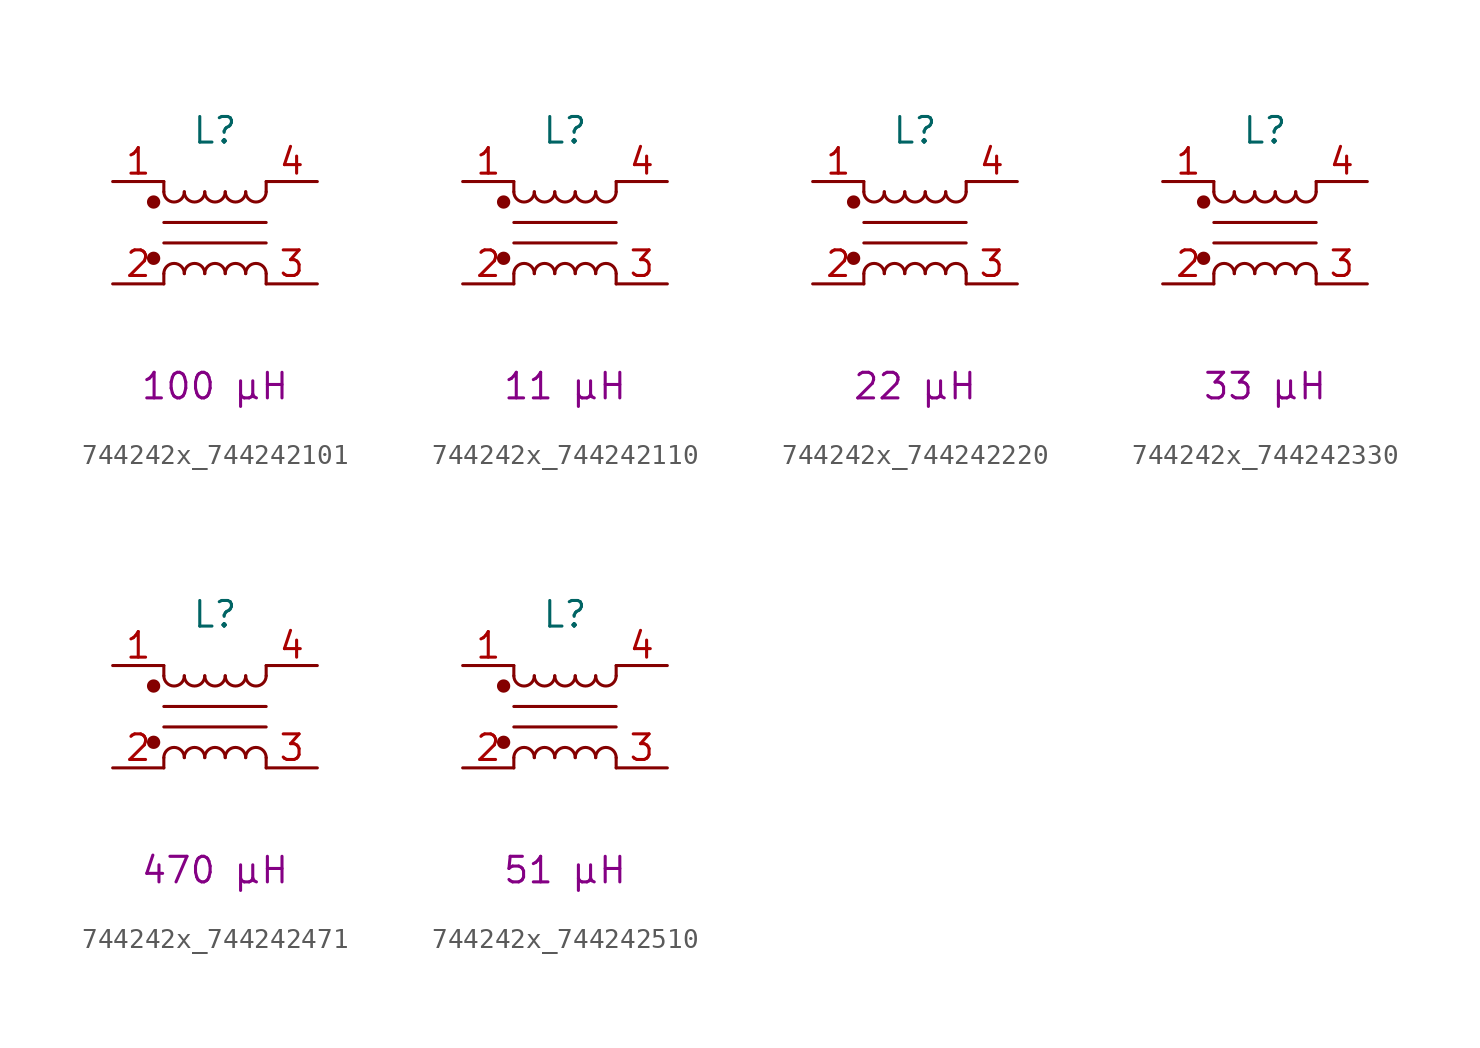
<source format=kicad_sym>
(kicad_symbol_lib
  (version 20220914)
  (generator kicad_symbol_editor)
  (symbol "744242x_744242101"
    (pin_names hide)
    (property "Reference" "L"
      (at 0 5.08 0)
      (effects (font (size 1.27 1.27))))
    (property "Critical Parameter" "100 µH"
      (at 0 -7.62 0)
      (effects (font (size 1.27 1.27))))
    (symbol "744242x_744242101_0_1"
      (circle (center -3.048 -1.27) (radius 0.254) (stroke (width 0) (type default)) (fill (type outline)))
      (circle (center -3.048 1.524) (radius 0.254) (stroke (width 0) (type default)) (fill (type outline)))
      (arc (start -2.54 2.032) (mid -2.032 1.5262) (end -1.524 2.032) (stroke (width 0) (type default)) (fill (type none)))
      (arc (start -1.524 -2.032) (mid -2.032 -1.5262) (end -2.54 -2.032) (stroke (width 0) (type default)) (fill (type none)))
      (arc (start -1.524 2.032) (mid -1.016 1.5262) (end -0.508 2.032) (stroke (width 0) (type default)) (fill (type none)))
      (arc (start -0.508 -2.032) (mid -1.016 -1.5262) (end -1.524 -2.032) (stroke (width 0) (type default)) (fill (type none)))
      (arc (start -0.508 2.032) (mid 0 1.5262) (end 0.508 2.032) (stroke (width 0) (type default)) (fill (type none)))
      (polyline (pts (xy -2.54 -2.032) (xy -2.54 -2.54)) (stroke (width 0) (type default)) (fill (type none)))
      (polyline (pts (xy -2.54 0.508) (xy 2.54 0.508)) (stroke (width 0) (type default)) (fill (type none)))
      (polyline (pts (xy -2.54 2.032) (xy -2.54 2.54)) (stroke (width 0) (type default)) (fill (type none)))
      (polyline (pts (xy 2.54 -2.032) (xy 2.54 -2.54)) (stroke (width 0) (type default)) (fill (type none)))
      (polyline (pts (xy 2.54 -0.508) (xy -2.54 -0.508)) (stroke (width 0) (type default)) (fill (type none)))
      (polyline (pts (xy 2.54 2.54) (xy 2.54 2.032)) (stroke (width 0) (type default)) (fill (type none)))
      (arc (start 0.508 -2.032) (mid 0 -1.5262) (end -0.508 -2.032) (stroke (width 0) (type default)) (fill (type none)))
      (arc (start 0.508 2.032) (mid 1.016 1.5262) (end 1.524 2.032) (stroke (width 0) (type default)) (fill (type none)))
      (arc (start 1.524 -2.032) (mid 1.016 -1.5262) (end 0.508 -2.032) (stroke (width 0) (type default)) (fill (type none)))
      (arc (start 1.524 2.032) (mid 2.032 1.5262) (end 2.54 2.032) (stroke (width 0) (type default)) (fill (type none)))
      (arc (start 2.54 -2.032) (mid 2.032 -1.5262) (end 1.524 -2.032) (stroke (width 0) (type default)) (fill (type none))))
    (symbol "744242x_744242101_1_1"
      (pin passive line (at -5.08 2.54 0) (length 2.54) (name "1" (effects (font (size 1.27 1.27)))) (number "1" (effects (font (size 1.27 1.27)))))
      (pin passive line (at -5.08 -2.54 0) (length 2.54) (name "2" (effects (font (size 1.27 1.27)))) (number "2" (effects (font (size 1.27 1.27)))))
      (pin passive line (at 5.08 -2.54 180) (length 2.54) (name "3" (effects (font (size 1.27 1.27)))) (number "3" (effects (font (size 1.27 1.27)))))
      (pin passive line (at 5.08 2.54 180) (length 2.54) (name "4" (effects (font (size 1.27 1.27)))) (number "4" (effects (font (size 1.27 1.27)))))))
  (symbol "744242x_744242110"
    (pin_names hide)
    (property "Reference" "L"
      (at 0 5.08 0)
      (effects (font (size 1.27 1.27))))
    (property "Critical Parameter" "11 µH"
      (at 0 -7.62 0)
      (effects (font (size 1.27 1.27))))
    (symbol "744242x_744242110_0_1"
      (circle (center -3.048 -1.27) (radius 0.254) (stroke (width 0) (type default)) (fill (type outline)))
      (circle (center -3.048 1.524) (radius 0.254) (stroke (width 0) (type default)) (fill (type outline)))
      (arc (start -2.54 2.032) (mid -2.032 1.5262) (end -1.524 2.032) (stroke (width 0) (type default)) (fill (type none)))
      (arc (start -1.524 -2.032) (mid -2.032 -1.5262) (end -2.54 -2.032) (stroke (width 0) (type default)) (fill (type none)))
      (arc (start -1.524 2.032) (mid -1.016 1.5262) (end -0.508 2.032) (stroke (width 0) (type default)) (fill (type none)))
      (arc (start -0.508 -2.032) (mid -1.016 -1.5262) (end -1.524 -2.032) (stroke (width 0) (type default)) (fill (type none)))
      (arc (start -0.508 2.032) (mid 0 1.5262) (end 0.508 2.032) (stroke (width 0) (type default)) (fill (type none)))
      (polyline (pts (xy -2.54 -2.032) (xy -2.54 -2.54)) (stroke (width 0) (type default)) (fill (type none)))
      (polyline (pts (xy -2.54 0.508) (xy 2.54 0.508)) (stroke (width 0) (type default)) (fill (type none)))
      (polyline (pts (xy -2.54 2.032) (xy -2.54 2.54)) (stroke (width 0) (type default)) (fill (type none)))
      (polyline (pts (xy 2.54 -2.032) (xy 2.54 -2.54)) (stroke (width 0) (type default)) (fill (type none)))
      (polyline (pts (xy 2.54 -0.508) (xy -2.54 -0.508)) (stroke (width 0) (type default)) (fill (type none)))
      (polyline (pts (xy 2.54 2.54) (xy 2.54 2.032)) (stroke (width 0) (type default)) (fill (type none)))
      (arc (start 0.508 -2.032) (mid 0 -1.5262) (end -0.508 -2.032) (stroke (width 0) (type default)) (fill (type none)))
      (arc (start 0.508 2.032) (mid 1.016 1.5262) (end 1.524 2.032) (stroke (width 0) (type default)) (fill (type none)))
      (arc (start 1.524 -2.032) (mid 1.016 -1.5262) (end 0.508 -2.032) (stroke (width 0) (type default)) (fill (type none)))
      (arc (start 1.524 2.032) (mid 2.032 1.5262) (end 2.54 2.032) (stroke (width 0) (type default)) (fill (type none)))
      (arc (start 2.54 -2.032) (mid 2.032 -1.5262) (end 1.524 -2.032) (stroke (width 0) (type default)) (fill (type none))))
    (symbol "744242x_744242110_1_1"
      (pin passive line (at -5.08 2.54 0) (length 2.54) (name "1" (effects (font (size 1.27 1.27)))) (number "1" (effects (font (size 1.27 1.27)))))
      (pin passive line (at -5.08 -2.54 0) (length 2.54) (name "2" (effects (font (size 1.27 1.27)))) (number "2" (effects (font (size 1.27 1.27)))))
      (pin passive line (at 5.08 -2.54 180) (length 2.54) (name "3" (effects (font (size 1.27 1.27)))) (number "3" (effects (font (size 1.27 1.27)))))
      (pin passive line (at 5.08 2.54 180) (length 2.54) (name "4" (effects (font (size 1.27 1.27)))) (number "4" (effects (font (size 1.27 1.27)))))))
  (symbol "744242x_744242220"
    (pin_names hide)
    (property "Reference" "L"
      (at 0 5.08 0)
      (effects (font (size 1.27 1.27))))
    (property "Critical Parameter" "22 µH"
      (at 0 -7.62 0)
      (effects (font (size 1.27 1.27))))
    (symbol "744242x_744242220_0_1"
      (circle (center -3.048 -1.27) (radius 0.254) (stroke (width 0) (type default)) (fill (type outline)))
      (circle (center -3.048 1.524) (radius 0.254) (stroke (width 0) (type default)) (fill (type outline)))
      (arc (start -2.54 2.032) (mid -2.032 1.5262) (end -1.524 2.032) (stroke (width 0) (type default)) (fill (type none)))
      (arc (start -1.524 -2.032) (mid -2.032 -1.5262) (end -2.54 -2.032) (stroke (width 0) (type default)) (fill (type none)))
      (arc (start -1.524 2.032) (mid -1.016 1.5262) (end -0.508 2.032) (stroke (width 0) (type default)) (fill (type none)))
      (arc (start -0.508 -2.032) (mid -1.016 -1.5262) (end -1.524 -2.032) (stroke (width 0) (type default)) (fill (type none)))
      (arc (start -0.508 2.032) (mid 0 1.5262) (end 0.508 2.032) (stroke (width 0) (type default)) (fill (type none)))
      (polyline (pts (xy -2.54 -2.032) (xy -2.54 -2.54)) (stroke (width 0) (type default)) (fill (type none)))
      (polyline (pts (xy -2.54 0.508) (xy 2.54 0.508)) (stroke (width 0) (type default)) (fill (type none)))
      (polyline (pts (xy -2.54 2.032) (xy -2.54 2.54)) (stroke (width 0) (type default)) (fill (type none)))
      (polyline (pts (xy 2.54 -2.032) (xy 2.54 -2.54)) (stroke (width 0) (type default)) (fill (type none)))
      (polyline (pts (xy 2.54 -0.508) (xy -2.54 -0.508)) (stroke (width 0) (type default)) (fill (type none)))
      (polyline (pts (xy 2.54 2.54) (xy 2.54 2.032)) (stroke (width 0) (type default)) (fill (type none)))
      (arc (start 0.508 -2.032) (mid 0 -1.5262) (end -0.508 -2.032) (stroke (width 0) (type default)) (fill (type none)))
      (arc (start 0.508 2.032) (mid 1.016 1.5262) (end 1.524 2.032) (stroke (width 0) (type default)) (fill (type none)))
      (arc (start 1.524 -2.032) (mid 1.016 -1.5262) (end 0.508 -2.032) (stroke (width 0) (type default)) (fill (type none)))
      (arc (start 1.524 2.032) (mid 2.032 1.5262) (end 2.54 2.032) (stroke (width 0) (type default)) (fill (type none)))
      (arc (start 2.54 -2.032) (mid 2.032 -1.5262) (end 1.524 -2.032) (stroke (width 0) (type default)) (fill (type none))))
    (symbol "744242x_744242220_1_1"
      (pin passive line (at -5.08 2.54 0) (length 2.54) (name "1" (effects (font (size 1.27 1.27)))) (number "1" (effects (font (size 1.27 1.27)))))
      (pin passive line (at -5.08 -2.54 0) (length 2.54) (name "2" (effects (font (size 1.27 1.27)))) (number "2" (effects (font (size 1.27 1.27)))))
      (pin passive line (at 5.08 -2.54 180) (length 2.54) (name "3" (effects (font (size 1.27 1.27)))) (number "3" (effects (font (size 1.27 1.27)))))
      (pin passive line (at 5.08 2.54 180) (length 2.54) (name "4" (effects (font (size 1.27 1.27)))) (number "4" (effects (font (size 1.27 1.27)))))))
  (symbol "744242x_744242330"
    (pin_names hide)
    (property "Reference" "L"
      (at 0 5.08 0)
      (effects (font (size 1.27 1.27))))
    (property "Critical Parameter" "33 µH"
      (at 0 -7.62 0)
      (effects (font (size 1.27 1.27))))
    (symbol "744242x_744242330_0_1"
      (circle (center -3.048 -1.27) (radius 0.254) (stroke (width 0) (type default)) (fill (type outline)))
      (circle (center -3.048 1.524) (radius 0.254) (stroke (width 0) (type default)) (fill (type outline)))
      (arc (start -2.54 2.032) (mid -2.032 1.5262) (end -1.524 2.032) (stroke (width 0) (type default)) (fill (type none)))
      (arc (start -1.524 -2.032) (mid -2.032 -1.5262) (end -2.54 -2.032) (stroke (width 0) (type default)) (fill (type none)))
      (arc (start -1.524 2.032) (mid -1.016 1.5262) (end -0.508 2.032) (stroke (width 0) (type default)) (fill (type none)))
      (arc (start -0.508 -2.032) (mid -1.016 -1.5262) (end -1.524 -2.032) (stroke (width 0) (type default)) (fill (type none)))
      (arc (start -0.508 2.032) (mid 0 1.5262) (end 0.508 2.032) (stroke (width 0) (type default)) (fill (type none)))
      (polyline (pts (xy -2.54 -2.032) (xy -2.54 -2.54)) (stroke (width 0) (type default)) (fill (type none)))
      (polyline (pts (xy -2.54 0.508) (xy 2.54 0.508)) (stroke (width 0) (type default)) (fill (type none)))
      (polyline (pts (xy -2.54 2.032) (xy -2.54 2.54)) (stroke (width 0) (type default)) (fill (type none)))
      (polyline (pts (xy 2.54 -2.032) (xy 2.54 -2.54)) (stroke (width 0) (type default)) (fill (type none)))
      (polyline (pts (xy 2.54 -0.508) (xy -2.54 -0.508)) (stroke (width 0) (type default)) (fill (type none)))
      (polyline (pts (xy 2.54 2.54) (xy 2.54 2.032)) (stroke (width 0) (type default)) (fill (type none)))
      (arc (start 0.508 -2.032) (mid 0 -1.5262) (end -0.508 -2.032) (stroke (width 0) (type default)) (fill (type none)))
      (arc (start 0.508 2.032) (mid 1.016 1.5262) (end 1.524 2.032) (stroke (width 0) (type default)) (fill (type none)))
      (arc (start 1.524 -2.032) (mid 1.016 -1.5262) (end 0.508 -2.032) (stroke (width 0) (type default)) (fill (type none)))
      (arc (start 1.524 2.032) (mid 2.032 1.5262) (end 2.54 2.032) (stroke (width 0) (type default)) (fill (type none)))
      (arc (start 2.54 -2.032) (mid 2.032 -1.5262) (end 1.524 -2.032) (stroke (width 0) (type default)) (fill (type none))))
    (symbol "744242x_744242330_1_1"
      (pin passive line (at -5.08 2.54 0) (length 2.54) (name "1" (effects (font (size 1.27 1.27)))) (number "1" (effects (font (size 1.27 1.27)))))
      (pin passive line (at -5.08 -2.54 0) (length 2.54) (name "2" (effects (font (size 1.27 1.27)))) (number "2" (effects (font (size 1.27 1.27)))))
      (pin passive line (at 5.08 -2.54 180) (length 2.54) (name "3" (effects (font (size 1.27 1.27)))) (number "3" (effects (font (size 1.27 1.27)))))
      (pin passive line (at 5.08 2.54 180) (length 2.54) (name "4" (effects (font (size 1.27 1.27)))) (number "4" (effects (font (size 1.27 1.27)))))))
  (symbol "744242x_744242471"
    (pin_names hide)
    (property "Reference" "L"
      (at 0 5.08 0)
      (effects (font (size 1.27 1.27))))
    (property "Critical Parameter" "470 µH"
      (at 0 -7.62 0)
      (effects (font (size 1.27 1.27))))
    (symbol "744242x_744242471_0_1"
      (circle (center -3.048 -1.27) (radius 0.254) (stroke (width 0) (type default)) (fill (type outline)))
      (circle (center -3.048 1.524) (radius 0.254) (stroke (width 0) (type default)) (fill (type outline)))
      (arc (start -2.54 2.032) (mid -2.032 1.5262) (end -1.524 2.032) (stroke (width 0) (type default)) (fill (type none)))
      (arc (start -1.524 -2.032) (mid -2.032 -1.5262) (end -2.54 -2.032) (stroke (width 0) (type default)) (fill (type none)))
      (arc (start -1.524 2.032) (mid -1.016 1.5262) (end -0.508 2.032) (stroke (width 0) (type default)) (fill (type none)))
      (arc (start -0.508 -2.032) (mid -1.016 -1.5262) (end -1.524 -2.032) (stroke (width 0) (type default)) (fill (type none)))
      (arc (start -0.508 2.032) (mid 0 1.5262) (end 0.508 2.032) (stroke (width 0) (type default)) (fill (type none)))
      (polyline (pts (xy -2.54 -2.032) (xy -2.54 -2.54)) (stroke (width 0) (type default)) (fill (type none)))
      (polyline (pts (xy -2.54 0.508) (xy 2.54 0.508)) (stroke (width 0) (type default)) (fill (type none)))
      (polyline (pts (xy -2.54 2.032) (xy -2.54 2.54)) (stroke (width 0) (type default)) (fill (type none)))
      (polyline (pts (xy 2.54 -2.032) (xy 2.54 -2.54)) (stroke (width 0) (type default)) (fill (type none)))
      (polyline (pts (xy 2.54 -0.508) (xy -2.54 -0.508)) (stroke (width 0) (type default)) (fill (type none)))
      (polyline (pts (xy 2.54 2.54) (xy 2.54 2.032)) (stroke (width 0) (type default)) (fill (type none)))
      (arc (start 0.508 -2.032) (mid 0 -1.5262) (end -0.508 -2.032) (stroke (width 0) (type default)) (fill (type none)))
      (arc (start 0.508 2.032) (mid 1.016 1.5262) (end 1.524 2.032) (stroke (width 0) (type default)) (fill (type none)))
      (arc (start 1.524 -2.032) (mid 1.016 -1.5262) (end 0.508 -2.032) (stroke (width 0) (type default)) (fill (type none)))
      (arc (start 1.524 2.032) (mid 2.032 1.5262) (end 2.54 2.032) (stroke (width 0) (type default)) (fill (type none)))
      (arc (start 2.54 -2.032) (mid 2.032 -1.5262) (end 1.524 -2.032) (stroke (width 0) (type default)) (fill (type none))))
    (symbol "744242x_744242471_1_1"
      (pin passive line (at -5.08 2.54 0) (length 2.54) (name "1" (effects (font (size 1.27 1.27)))) (number "1" (effects (font (size 1.27 1.27)))))
      (pin passive line (at -5.08 -2.54 0) (length 2.54) (name "2" (effects (font (size 1.27 1.27)))) (number "2" (effects (font (size 1.27 1.27)))))
      (pin passive line (at 5.08 -2.54 180) (length 2.54) (name "3" (effects (font (size 1.27 1.27)))) (number "3" (effects (font (size 1.27 1.27)))))
      (pin passive line (at 5.08 2.54 180) (length 2.54) (name "4" (effects (font (size 1.27 1.27)))) (number "4" (effects (font (size 1.27 1.27)))))))
  (symbol "744242x_744242510"
    (pin_names hide)
    (property "Reference" "L"
      (at 0 5.08 0)
      (effects (font (size 1.27 1.27))))
    (property "Critical Parameter" "51 µH"
      (at 0 -7.62 0)
      (effects (font (size 1.27 1.27))))
    (symbol "744242x_744242510_0_1"
      (circle (center -3.048 -1.27) (radius 0.254) (stroke (width 0) (type default)) (fill (type outline)))
      (circle (center -3.048 1.524) (radius 0.254) (stroke (width 0) (type default)) (fill (type outline)))
      (arc (start -2.54 2.032) (mid -2.032 1.5262) (end -1.524 2.032) (stroke (width 0) (type default)) (fill (type none)))
      (arc (start -1.524 -2.032) (mid -2.032 -1.5262) (end -2.54 -2.032) (stroke (width 0) (type default)) (fill (type none)))
      (arc (start -1.524 2.032) (mid -1.016 1.5262) (end -0.508 2.032) (stroke (width 0) (type default)) (fill (type none)))
      (arc (start -0.508 -2.032) (mid -1.016 -1.5262) (end -1.524 -2.032) (stroke (width 0) (type default)) (fill (type none)))
      (arc (start -0.508 2.032) (mid 0 1.5262) (end 0.508 2.032) (stroke (width 0) (type default)) (fill (type none)))
      (polyline (pts (xy -2.54 -2.032) (xy -2.54 -2.54)) (stroke (width 0) (type default)) (fill (type none)))
      (polyline (pts (xy -2.54 0.508) (xy 2.54 0.508)) (stroke (width 0) (type default)) (fill (type none)))
      (polyline (pts (xy -2.54 2.032) (xy -2.54 2.54)) (stroke (width 0) (type default)) (fill (type none)))
      (polyline (pts (xy 2.54 -2.032) (xy 2.54 -2.54)) (stroke (width 0) (type default)) (fill (type none)))
      (polyline (pts (xy 2.54 -0.508) (xy -2.54 -0.508)) (stroke (width 0) (type default)) (fill (type none)))
      (polyline (pts (xy 2.54 2.54) (xy 2.54 2.032)) (stroke (width 0) (type default)) (fill (type none)))
      (arc (start 0.508 -2.032) (mid 0 -1.5262) (end -0.508 -2.032) (stroke (width 0) (type default)) (fill (type none)))
      (arc (start 0.508 2.032) (mid 1.016 1.5262) (end 1.524 2.032) (stroke (width 0) (type default)) (fill (type none)))
      (arc (start 1.524 -2.032) (mid 1.016 -1.5262) (end 0.508 -2.032) (stroke (width 0) (type default)) (fill (type none)))
      (arc (start 1.524 2.032) (mid 2.032 1.5262) (end 2.54 2.032) (stroke (width 0) (type default)) (fill (type none)))
      (arc (start 2.54 -2.032) (mid 2.032 -1.5262) (end 1.524 -2.032) (stroke (width 0) (type default)) (fill (type none))))
    (symbol "744242x_744242510_1_1"
      (pin passive line (at -5.08 2.54 0) (length 2.54) (name "1" (effects (font (size 1.27 1.27)))) (number "1" (effects (font (size 1.27 1.27)))))
      (pin passive line (at -5.08 -2.54 0) (length 2.54) (name "2" (effects (font (size 1.27 1.27)))) (number "2" (effects (font (size 1.27 1.27)))))
      (pin passive line (at 5.08 -2.54 180) (length 2.54) (name "3" (effects (font (size 1.27 1.27)))) (number "3" (effects (font (size 1.27 1.27)))))
      (pin passive line (at 5.08 2.54 180) (length 2.54) (name "4" (effects (font (size 1.27 1.27)))) (number "4" (effects (font (size 1.27 1.27))))))))
</source>
